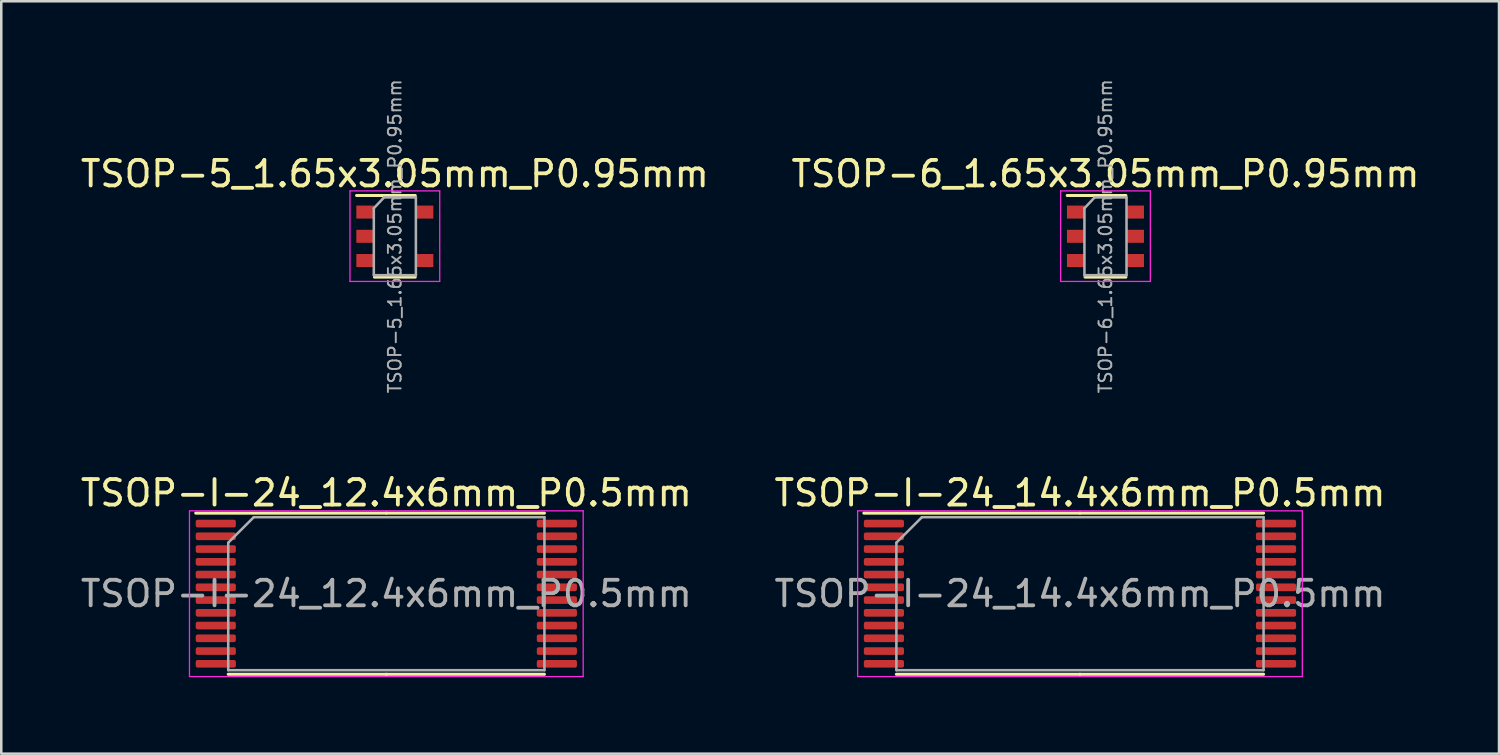
<source format=kicad_pcb>
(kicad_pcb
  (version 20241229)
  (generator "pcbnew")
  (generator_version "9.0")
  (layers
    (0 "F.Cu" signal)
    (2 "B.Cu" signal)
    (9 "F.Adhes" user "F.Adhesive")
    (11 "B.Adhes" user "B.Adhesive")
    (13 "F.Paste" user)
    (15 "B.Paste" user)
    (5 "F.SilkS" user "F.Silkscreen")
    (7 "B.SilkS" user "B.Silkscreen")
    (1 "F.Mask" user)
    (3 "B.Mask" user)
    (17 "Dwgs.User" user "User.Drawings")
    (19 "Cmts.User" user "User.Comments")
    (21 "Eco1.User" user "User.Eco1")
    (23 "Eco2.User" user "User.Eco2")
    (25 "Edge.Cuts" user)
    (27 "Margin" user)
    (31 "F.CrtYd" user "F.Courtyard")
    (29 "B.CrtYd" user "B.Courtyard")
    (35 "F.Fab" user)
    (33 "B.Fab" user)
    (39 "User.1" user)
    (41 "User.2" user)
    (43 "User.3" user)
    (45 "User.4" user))
  (footprint "TSOP-5_1.65x3.05mm_P0.95mm"
    (layer "F.Cu")
    (at 12.435 6.217)
    (property "Reference" "TSOP-5_1.65x3.05mm_P0.95mm" (at 0 -2.45 0) (layer "F.SilkS") (effects (font (size 1 1) (thickness 0.15))))
    (attr smd)
    (fp_line (start -0.8 1.6) (end 0.8 1.6) (stroke (width 0.12) (type solid)) (layer "F.SilkS"))
    (fp_line (start 0.8 -1.6) (end -1.5 -1.6) (stroke (width 0.12) (type solid)) (layer "F.SilkS"))
    (fp_line (start -1.76 -1.78) (end -1.76 1.77) (stroke (width 0.05) (type solid)) (layer "F.CrtYd"))
    (fp_line (start -1.76 -1.78) (end 1.76 -1.78) (stroke (width 0.05) (type solid)) (layer "F.CrtYd"))
    (fp_line (start 1.76 1.77) (end -1.76 1.77) (stroke (width 0.05) (type solid)) (layer "F.CrtYd"))
    (fp_line (start 1.76 1.77) (end 1.76 -1.78) (stroke (width 0.05) (type solid)) (layer "F.CrtYd"))
    (fp_line (start -0.825 -1.1) (end -0.825 1.525) (stroke (width 0.1) (type solid)) (layer "F.Fab"))
    (fp_line (start -0.825 -1.1) (end -0.425 -1.525) (stroke (width 0.1) (type solid)) (layer "F.Fab"))
    (fp_line (start 0.825 -1.525) (end -0.425 -1.525) (stroke (width 0.1) (type solid)) (layer "F.Fab"))
    (fp_line (start 0.825 -1.525) (end 0.825 1.525) (stroke (width 0.1) (type solid)) (layer "F.Fab"))
    (fp_line (start 0.825 1.525) (end -0.825 1.525) (stroke (width 0.1) (type solid)) (layer "F.Fab"))
    (fp_text user "${REFERENCE}" (at 0 0 90) (layer "F.Fab") (effects (font (size 0.5 0.5) (thickness 0.075))))
    (pad "1" smd rect (at -1.16 -0.95) (size 0.7 0.51) (layers "F.Cu" "F.Mask" "F.Paste"))
    (pad "2" smd rect (at -1.16 0) (size 0.7 0.51) (layers "F.Cu" "F.Mask" "F.Paste"))
    (pad "3" smd rect (at -1.16 0.95) (size 0.7 0.51) (layers "F.Cu" "F.Mask" "F.Paste"))
    (pad "4" smd rect (at 1.16 0.95) (size 0.7 0.51) (layers "F.Cu" "F.Mask" "F.Paste"))
    (pad "5" smd rect (at 1.16 -0.95) (size 0.7 0.51) (layers "F.Cu" "F.Mask" "F.Paste")))
  (footprint "TSOP-I-24_14.4x6mm_P0.5mm"
    (layer "F.Cu")
    (at 39.304 20.233)
    (property "Reference" "TSOP-I-24_14.4x6mm_P0.5mm" (at 0 -3.95 0) (layer "F.SilkS") (effects (font (size 1 1) (thickness 0.15))))
    (attr smd)
    (fp_line (start 0 -3.16) (end -8.475 -3.16) (stroke (width 0.12) (type solid)) (layer "F.SilkS"))
    (fp_line (start 0 -3.16) (end 7.2 -3.16) (stroke (width 0.12) (type solid)) (layer "F.SilkS"))
    (fp_line (start 0 3.16) (end -7.2 3.16) (stroke (width 0.12) (type solid)) (layer "F.SilkS"))
    (fp_line (start 0 3.16) (end 7.2 3.16) (stroke (width 0.12) (type solid)) (layer "F.SilkS"))
    (fp_line (start -8.72 -3.25) (end -8.72 3.25) (stroke (width 0.05) (type solid)) (layer "F.CrtYd"))
    (fp_line (start -8.72 3.25) (end 8.72 3.25) (stroke (width 0.05) (type solid)) (layer "F.CrtYd"))
    (fp_line (start 8.72 -3.25) (end -8.72 -3.25) (stroke (width 0.05) (type solid)) (layer "F.CrtYd"))
    (fp_line (start 8.72 3.25) (end 8.72 -3.25) (stroke (width 0.05) (type solid)) (layer "F.CrtYd"))
    (fp_line (start -7.2 -2) (end -6.2 -3) (stroke (width 0.1) (type solid)) (layer "F.Fab"))
    (fp_line (start -7.2 3) (end -7.2 -2) (stroke (width 0.1) (type solid)) (layer "F.Fab"))
    (fp_line (start -6.2 -3) (end 7.2 -3) (stroke (width 0.1) (type solid)) (layer "F.Fab"))
    (fp_line (start 7.2 -3) (end 7.2 3) (stroke (width 0.1) (type solid)) (layer "F.Fab"))
    (fp_line (start 7.2 3) (end -7.2 3) (stroke (width 0.1) (type solid)) (layer "F.Fab"))
    (fp_text user "${REFERENCE}" (at 0 0 0) (layer "F.Fab") (effects (font (size 1 1) (thickness 0.15))))
    (pad "1" smd roundrect (at -7.688 -2.75) (size 1.575 0.3) (layers "F.Cu" "F.Mask" "F.Paste") (roundrect_rratio 0.25))
    (pad "2" smd roundrect (at -7.688 -2.25) (size 1.575 0.3) (layers "F.Cu" "F.Mask" "F.Paste") (roundrect_rratio 0.25))
    (pad "3" smd roundrect (at -7.688 -1.75) (size 1.575 0.3) (layers "F.Cu" "F.Mask" "F.Paste") (roundrect_rratio 0.25))
    (pad "4" smd roundrect (at -7.688 -1.25) (size 1.575 0.3) (layers "F.Cu" "F.Mask" "F.Paste") (roundrect_rratio 0.25))
    (pad "5" smd roundrect (at -7.688 -0.75) (size 1.575 0.3) (layers "F.Cu" "F.Mask" "F.Paste") (roundrect_rratio 0.25))
    (pad "6" smd roundrect (at -7.688 -0.25) (size 1.575 0.3) (layers "F.Cu" "F.Mask" "F.Paste") (roundrect_rratio 0.25))
    (pad "7" smd roundrect (at -7.688 0.25) (size 1.575 0.3) (layers "F.Cu" "F.Mask" "F.Paste") (roundrect_rratio 0.25))
    (pad "8" smd roundrect (at -7.688 0.75) (size 1.575 0.3) (layers "F.Cu" "F.Mask" "F.Paste") (roundrect_rratio 0.25))
    (pad "9" smd roundrect (at -7.688 1.25) (size 1.575 0.3) (layers "F.Cu" "F.Mask" "F.Paste") (roundrect_rratio 0.25))
    (pad "10" smd roundrect (at -7.688 1.75) (size 1.575 0.3) (layers "F.Cu" "F.Mask" "F.Paste") (roundrect_rratio 0.25))
    (pad "11" smd roundrect (at -7.688 2.25) (size 1.575 0.3) (layers "F.Cu" "F.Mask" "F.Paste") (roundrect_rratio 0.25))
    (pad "12" smd roundrect (at -7.688 2.75) (size 1.575 0.3) (layers "F.Cu" "F.Mask" "F.Paste") (roundrect_rratio 0.25))
    (pad "13" smd roundrect (at 7.688 2.75) (size 1.575 0.3) (layers "F.Cu" "F.Mask" "F.Paste") (roundrect_rratio 0.25))
    (pad "14" smd roundrect (at 7.688 2.25) (size 1.575 0.3) (layers "F.Cu" "F.Mask" "F.Paste") (roundrect_rratio 0.25))
    (pad "15" smd roundrect (at 7.688 1.75) (size 1.575 0.3) (layers "F.Cu" "F.Mask" "F.Paste") (roundrect_rratio 0.25))
    (pad "16" smd roundrect (at 7.688 1.25) (size 1.575 0.3) (layers "F.Cu" "F.Mask" "F.Paste") (roundrect_rratio 0.25))
    (pad "17" smd roundrect (at 7.688 0.75) (size 1.575 0.3) (layers "F.Cu" "F.Mask" "F.Paste") (roundrect_rratio 0.25))
    (pad "18" smd roundrect (at 7.688 0.25) (size 1.575 0.3) (layers "F.Cu" "F.Mask" "F.Paste") (roundrect_rratio 0.25))
    (pad "19" smd roundrect (at 7.688 -0.25) (size 1.575 0.3) (layers "F.Cu" "F.Mask" "F.Paste") (roundrect_rratio 0.25))
    (pad "20" smd roundrect (at 7.688 -0.75) (size 1.575 0.3) (layers "F.Cu" "F.Mask" "F.Paste") (roundrect_rratio 0.25))
    (pad "21" smd roundrect (at 7.688 -1.25) (size 1.575 0.3) (layers "F.Cu" "F.Mask" "F.Paste") (roundrect_rratio 0.25))
    (pad "22" smd roundrect (at 7.688 -1.75) (size 1.575 0.3) (layers "F.Cu" "F.Mask" "F.Paste") (roundrect_rratio 0.25))
    (pad "23" smd roundrect (at 7.688 -2.25) (size 1.575 0.3) (layers "F.Cu" "F.Mask" "F.Paste") (roundrect_rratio 0.25))
    (pad "24" smd roundrect (at 7.688 -2.75) (size 1.575 0.3) (layers "F.Cu" "F.Mask" "F.Paste") (roundrect_rratio 0.25)))
  (footprint "TSOP-I-24_12.4x6mm_P0.5mm"
    (layer "F.Cu")
    (at 12.101 20.233)
    (property "Reference" "TSOP-I-24_12.4x6mm_P0.5mm" (at 0 -3.95 0) (layer "F.SilkS") (effects (font (size 1 1) (thickness 0.15))))
    (attr smd)
    (fp_line (start 0 -3.16) (end -7.475 -3.16) (stroke (width 0.12) (type solid)) (layer "F.SilkS"))
    (fp_line (start 0 -3.16) (end 6.2 -3.16) (stroke (width 0.12) (type solid)) (layer "F.SilkS"))
    (fp_line (start 0 3.16) (end -6.2 3.16) (stroke (width 0.12) (type solid)) (layer "F.SilkS"))
    (fp_line (start 0 3.16) (end 6.2 3.16) (stroke (width 0.12) (type solid)) (layer "F.SilkS"))
    (fp_line (start -7.72 -3.25) (end -7.72 3.25) (stroke (width 0.05) (type solid)) (layer "F.CrtYd"))
    (fp_line (start -7.72 3.25) (end 7.72 3.25) (stroke (width 0.05) (type solid)) (layer "F.CrtYd"))
    (fp_line (start 7.72 -3.25) (end -7.72 -3.25) (stroke (width 0.05) (type solid)) (layer "F.CrtYd"))
    (fp_line (start 7.72 3.25) (end 7.72 -3.25) (stroke (width 0.05) (type solid)) (layer "F.CrtYd"))
    (fp_line (start -6.2 -2) (end -5.2 -3) (stroke (width 0.1) (type solid)) (layer "F.Fab"))
    (fp_line (start -6.2 3) (end -6.2 -2) (stroke (width 0.1) (type solid)) (layer "F.Fab"))
    (fp_line (start -5.2 -3) (end 6.2 -3) (stroke (width 0.1) (type solid)) (layer "F.Fab"))
    (fp_line (start 6.2 -3) (end 6.2 3) (stroke (width 0.1) (type solid)) (layer "F.Fab"))
    (fp_line (start 6.2 3) (end -6.2 3) (stroke (width 0.1) (type solid)) (layer "F.Fab"))
    (fp_text user "${REFERENCE}" (at 0 0 0) (layer "F.Fab") (effects (font (size 1 1) (thickness 0.15))))
    (pad "1" smd roundrect (at -6.688 -2.75) (size 1.575 0.3) (layers "F.Cu" "F.Mask" "F.Paste") (roundrect_rratio 0.25))
    (pad "2" smd roundrect (at -6.688 -2.25) (size 1.575 0.3) (layers "F.Cu" "F.Mask" "F.Paste") (roundrect_rratio 0.25))
    (pad "3" smd roundrect (at -6.688 -1.75) (size 1.575 0.3) (layers "F.Cu" "F.Mask" "F.Paste") (roundrect_rratio 0.25))
    (pad "4" smd roundrect (at -6.688 -1.25) (size 1.575 0.3) (layers "F.Cu" "F.Mask" "F.Paste") (roundrect_rratio 0.25))
    (pad "5" smd roundrect (at -6.688 -0.75) (size 1.575 0.3) (layers "F.Cu" "F.Mask" "F.Paste") (roundrect_rratio 0.25))
    (pad "6" smd roundrect (at -6.688 -0.25) (size 1.575 0.3) (layers "F.Cu" "F.Mask" "F.Paste") (roundrect_rratio 0.25))
    (pad "7" smd roundrect (at -6.688 0.25) (size 1.575 0.3) (layers "F.Cu" "F.Mask" "F.Paste") (roundrect_rratio 0.25))
    (pad "8" smd roundrect (at -6.688 0.75) (size 1.575 0.3) (layers "F.Cu" "F.Mask" "F.Paste") (roundrect_rratio 0.25))
    (pad "9" smd roundrect (at -6.688 1.25) (size 1.575 0.3) (layers "F.Cu" "F.Mask" "F.Paste") (roundrect_rratio 0.25))
    (pad "10" smd roundrect (at -6.688 1.75) (size 1.575 0.3) (layers "F.Cu" "F.Mask" "F.Paste") (roundrect_rratio 0.25))
    (pad "11" smd roundrect (at -6.688 2.25) (size 1.575 0.3) (layers "F.Cu" "F.Mask" "F.Paste") (roundrect_rratio 0.25))
    (pad "12" smd roundrect (at -6.688 2.75) (size 1.575 0.3) (layers "F.Cu" "F.Mask" "F.Paste") (roundrect_rratio 0.25))
    (pad "13" smd roundrect (at 6.688 2.75) (size 1.575 0.3) (layers "F.Cu" "F.Mask" "F.Paste") (roundrect_rratio 0.25))
    (pad "14" smd roundrect (at 6.688 2.25) (size 1.575 0.3) (layers "F.Cu" "F.Mask" "F.Paste") (roundrect_rratio 0.25))
    (pad "15" smd roundrect (at 6.688 1.75) (size 1.575 0.3) (layers "F.Cu" "F.Mask" "F.Paste") (roundrect_rratio 0.25))
    (pad "16" smd roundrect (at 6.688 1.25) (size 1.575 0.3) (layers "F.Cu" "F.Mask" "F.Paste") (roundrect_rratio 0.25))
    (pad "17" smd roundrect (at 6.688 0.75) (size 1.575 0.3) (layers "F.Cu" "F.Mask" "F.Paste") (roundrect_rratio 0.25))
    (pad "18" smd roundrect (at 6.688 0.25) (size 1.575 0.3) (layers "F.Cu" "F.Mask" "F.Paste") (roundrect_rratio 0.25))
    (pad "19" smd roundrect (at 6.688 -0.25) (size 1.575 0.3) (layers "F.Cu" "F.Mask" "F.Paste") (roundrect_rratio 0.25))
    (pad "20" smd roundrect (at 6.688 -0.75) (size 1.575 0.3) (layers "F.Cu" "F.Mask" "F.Paste") (roundrect_rratio 0.25))
    (pad "21" smd roundrect (at 6.688 -1.25) (size 1.575 0.3) (layers "F.Cu" "F.Mask" "F.Paste") (roundrect_rratio 0.25))
    (pad "22" smd roundrect (at 6.688 -1.75) (size 1.575 0.3) (layers "F.Cu" "F.Mask" "F.Paste") (roundrect_rratio 0.25))
    (pad "23" smd roundrect (at 6.688 -2.25) (size 1.575 0.3) (layers "F.Cu" "F.Mask" "F.Paste") (roundrect_rratio 0.25))
    (pad "24" smd roundrect (at 6.688 -2.75) (size 1.575 0.3) (layers "F.Cu" "F.Mask" "F.Paste") (roundrect_rratio 0.25)))
  (footprint "TSOP-6_1.65x3.05mm_P0.95mm"
    (layer "F.Cu")
    (at 40.304 6.217)
    (property "Reference" "TSOP-6_1.65x3.05mm_P0.95mm" (at 0 -2.45 0) (layer "F.SilkS") (effects (font (size 1 1) (thickness 0.15))))
    (attr smd)
    (fp_line (start -0.8 1.6) (end 0.8 1.6) (stroke (width 0.12) (type solid)) (layer "F.SilkS"))
    (fp_line (start 0.8 -1.6) (end -1.5 -1.6) (stroke (width 0.12) (type solid)) (layer "F.SilkS"))
    (fp_line (start -1.76 -1.78) (end -1.76 1.77) (stroke (width 0.05) (type solid)) (layer "F.CrtYd"))
    (fp_line (start -1.76 -1.78) (end 1.76 -1.78) (stroke (width 0.05) (type solid)) (layer "F.CrtYd"))
    (fp_line (start 1.76 1.77) (end -1.76 1.77) (stroke (width 0.05) (type solid)) (layer "F.CrtYd"))
    (fp_line (start 1.76 1.77) (end 1.76 -1.78) (stroke (width 0.05) (type solid)) (layer "F.CrtYd"))
    (fp_line (start -0.825 -1.1) (end -0.825 1.525) (stroke (width 0.1) (type solid)) (layer "F.Fab"))
    (fp_line (start -0.825 -1.1) (end -0.425 -1.525) (stroke (width 0.1) (type solid)) (layer "F.Fab"))
    (fp_line (start 0.825 -1.525) (end -0.425 -1.525) (stroke (width 0.1) (type solid)) (layer "F.Fab"))
    (fp_line (start 0.825 -1.525) (end 0.825 1.525) (stroke (width 0.1) (type solid)) (layer "F.Fab"))
    (fp_line (start 0.825 1.525) (end -0.825 1.525) (stroke (width 0.1) (type solid)) (layer "F.Fab"))
    (fp_text user "${REFERENCE}" (at 0 0 90) (layer "F.Fab") (effects (font (size 0.5 0.5) (thickness 0.075))))
    (pad "1" smd rect (at -1.16 -0.95) (size 0.7 0.51) (layers "F.Cu" "F.Mask" "F.Paste"))
    (pad "2" smd rect (at -1.16 0) (size 0.7 0.51) (layers "F.Cu" "F.Mask" "F.Paste"))
    (pad "3" smd rect (at -1.16 0.95) (size 0.7 0.51) (layers "F.Cu" "F.Mask" "F.Paste"))
    (pad "4" smd rect (at 1.16 0.95) (size 0.7 0.51) (layers "F.Cu" "F.Mask" "F.Paste"))
    (pad "5" smd rect (at 1.16 0) (size 0.7 0.51) (layers "F.Cu" "F.Mask" "F.Paste"))
    (pad "6" smd rect (at 1.16 -0.95) (size 0.7 0.51) (layers "F.Cu" "F.Mask" "F.Paste")))
  (gr_rect
    (start -3 -3)
    (end 55.738 26.508)
    (stroke (width 0.1) (type default))
    (fill no)
    (layer "Edge.Cuts")))
</source>
